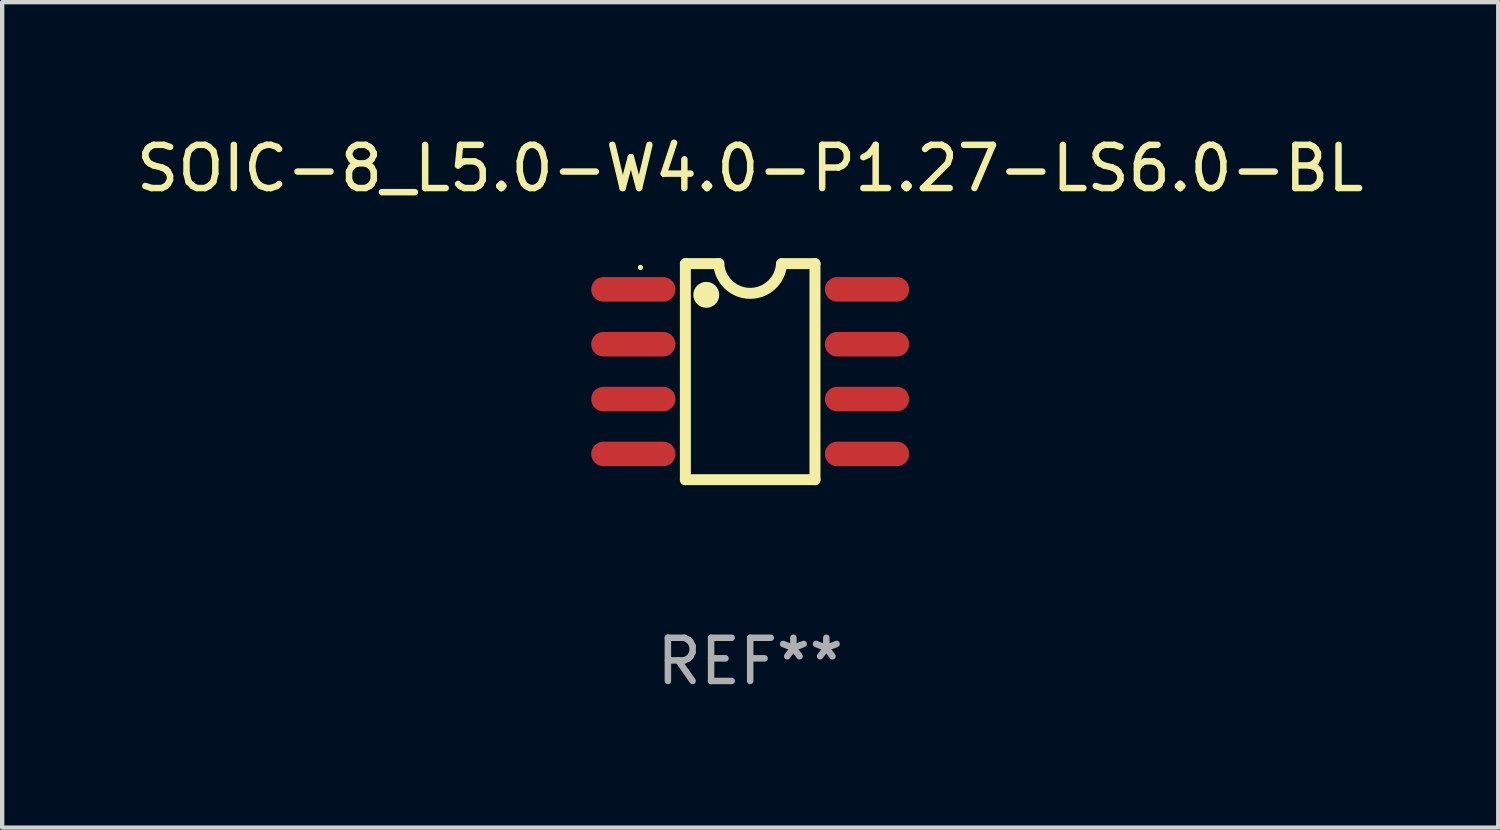
<source format=kicad_pcb>
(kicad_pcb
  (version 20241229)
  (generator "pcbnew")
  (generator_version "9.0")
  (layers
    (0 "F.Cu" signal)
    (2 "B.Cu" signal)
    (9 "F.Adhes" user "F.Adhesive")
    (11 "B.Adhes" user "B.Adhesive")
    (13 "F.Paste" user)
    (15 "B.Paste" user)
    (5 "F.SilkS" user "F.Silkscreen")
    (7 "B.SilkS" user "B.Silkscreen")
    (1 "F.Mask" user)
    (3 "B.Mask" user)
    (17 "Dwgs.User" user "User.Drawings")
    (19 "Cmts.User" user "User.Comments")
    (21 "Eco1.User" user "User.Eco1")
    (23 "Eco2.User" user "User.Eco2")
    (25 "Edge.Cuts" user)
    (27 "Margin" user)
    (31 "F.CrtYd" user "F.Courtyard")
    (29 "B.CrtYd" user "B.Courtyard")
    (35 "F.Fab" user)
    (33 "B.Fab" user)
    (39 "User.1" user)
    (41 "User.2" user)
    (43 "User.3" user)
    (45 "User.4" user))
  (footprint "SOIC-8_L5.0-W4.0-P1.27-LS6.0-BL"
    (layer "F.Cu")
    (at 14.315 5.553)
    (property "Reference" "SOIC-8_L5.0-W4.0-P1.27-LS6.0-BL" (at 0 -4.705 0) (layer "F.SilkS") (effects (font (size 1 1) (thickness 0.15))))
    (attr smd)
    (fp_line (start -1.5 -2.5) (end -1.5 2.5) (stroke (width 0.254) (type solid)) (layer "F.SilkS"))
    (fp_line (start -1.5 -2.5) (end -0.727 -2.5) (stroke (width 0.254) (type solid)) (layer "F.SilkS"))
    (fp_line (start 1.5 -2.5) (end 0.726 -2.5) (stroke (width 0.254) (type solid)) (layer "F.SilkS"))
    (fp_line (start 1.5 -2.5) (end 1.5 2.5) (stroke (width 0.254) (type solid)) (layer "F.SilkS"))
    (fp_line (start 1.5 2.5) (end -1.5 2.5) (stroke (width 0.254) (type solid)) (layer "F.SilkS"))
    (fp_arc (start 0.726289 -2.495098) (mid -0.002452 -1.812145) (end -0.726568 -2.499999) (stroke (width 0.254001) (type solid)) (layer "F.SilkS"))
    (fp_circle (center -2.54 -2.413) (end -2.54 -2.383) (stroke (width 0.06) (type solid)) (fill no) (layer "F.SilkS"))
    (fp_circle (center -1.016 -1.778) (end -1.016 -1.628) (stroke (width 0.3) (type solid)) (fill no) (layer "F.SilkS"))
    (fp_text user "REF**" (at 0 6.705 0) (layer "F.Fab") (effects (font (size 1 1) (thickness 0.15))))
    (pad "1" smd oval (at -2.705 -1.905 270) (size 0.568 1.95) (layers "F.Cu" "F.Mask" "F.Paste"))
    (pad "2" smd oval (at -2.705 -0.635 270) (size 0.568 1.95) (layers "F.Cu" "F.Mask" "F.Paste"))
    (pad "3" smd oval (at -2.705 0.635 270) (size 0.568 1.95) (layers "F.Cu" "F.Mask" "F.Paste"))
    (pad "4" smd oval (at -2.705 1.905 270) (size 0.568 1.95) (layers "F.Cu" "F.Mask" "F.Paste"))
    (pad "5" smd oval (at 2.705 1.905 270) (size 0.568 1.95) (layers "F.Cu" "F.Mask" "F.Paste"))
    (pad "6" smd oval (at 2.705 0.635 270) (size 0.568 1.95) (layers "F.Cu" "F.Mask" "F.Paste"))
    (pad "7" smd oval (at 2.705 -0.635 270) (size 0.568 1.95) (layers "F.Cu" "F.Mask" "F.Paste"))
    (pad "8" smd oval (at 2.705 -1.905 270) (size 0.568 1.95) (layers "F.Cu" "F.Mask" "F.Paste")))
  (gr_rect
    (start -3 -3)
    (end 31.631 16.107)
    (stroke (width 0.1) (type default))
    (fill no)
    (layer "Edge.Cuts")))
</source>
